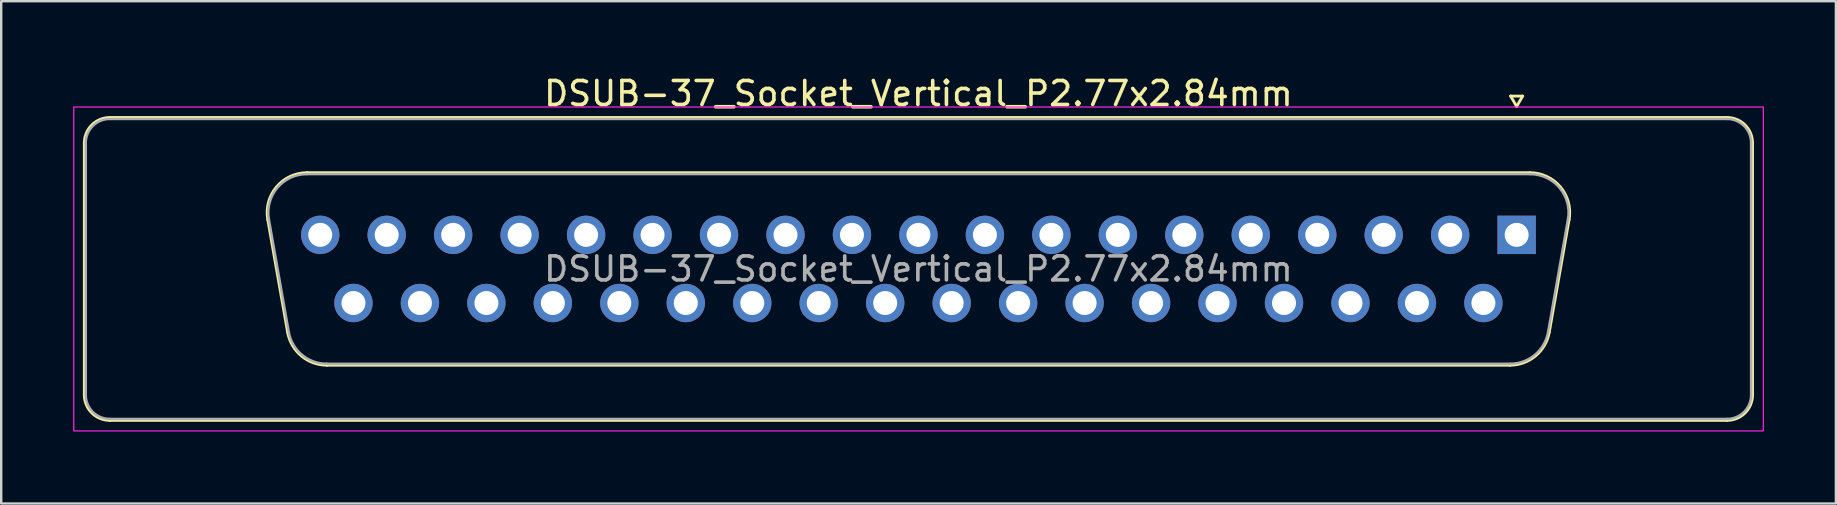
<source format=kicad_pcb>
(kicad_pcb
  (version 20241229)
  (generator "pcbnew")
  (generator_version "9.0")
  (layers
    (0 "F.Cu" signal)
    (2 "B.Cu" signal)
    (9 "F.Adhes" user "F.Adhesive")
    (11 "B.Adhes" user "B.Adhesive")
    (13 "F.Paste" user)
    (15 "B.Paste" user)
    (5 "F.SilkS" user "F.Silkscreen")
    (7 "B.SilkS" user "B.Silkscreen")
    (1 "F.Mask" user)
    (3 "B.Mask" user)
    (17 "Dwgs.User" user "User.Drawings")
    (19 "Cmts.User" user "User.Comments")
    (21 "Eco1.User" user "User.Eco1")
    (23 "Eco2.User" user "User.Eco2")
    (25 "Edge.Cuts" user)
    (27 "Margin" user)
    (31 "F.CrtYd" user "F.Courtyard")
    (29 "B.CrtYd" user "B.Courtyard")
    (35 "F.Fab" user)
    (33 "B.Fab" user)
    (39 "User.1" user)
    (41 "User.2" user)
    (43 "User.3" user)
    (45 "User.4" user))
  (footprint "DSUB-37_Socket_Vertical_P2.77x2.84mm"
    (layer "F.Cu")
    (at 60.155 6.738)
    (property "Reference" "DSUB-37_Socket_Vertical_P2.77x2.84mm" (at -24.93 -5.89 0) (layer "F.SilkS") (effects (font (size 1 1) (thickness 0.15))))
    (attr through_hole)
    (fp_line (start -59.69 6.67) (end -59.69 -3.83) (stroke (width 0.12) (type solid)) (layer "F.SilkS"))
    (fp_line (start -58.63 -4.89) (end 8.77 -4.89) (stroke (width 0.12) (type solid)) (layer "F.SilkS"))
    (fp_line (start -51.218 4.058) (end -52.046 -0.642) (stroke (width 0.12) (type solid)) (layer "F.SilkS"))
    (fp_line (start -50.412 -2.59) (end 0.552 -2.59) (stroke (width 0.12) (type solid)) (layer "F.SilkS"))
    (fp_line (start -0.277 5.43) (end -49.583 5.43) (stroke (width 0.12) (type solid)) (layer "F.SilkS"))
    (fp_line (start -0.25 -5.784) (end 0.25 -5.784) (stroke (width 0.12) (type solid)) (layer "F.SilkS"))
    (fp_line (start 0 -5.351) (end -0.25 -5.784) (stroke (width 0.12) (type solid)) (layer "F.SilkS"))
    (fp_line (start 0.25 -5.784) (end 0 -5.351) (stroke (width 0.12) (type solid)) (layer "F.SilkS"))
    (fp_line (start 2.186 -0.642) (end 1.358 4.058) (stroke (width 0.12) (type solid)) (layer "F.SilkS"))
    (fp_line (start 8.77 7.73) (end -58.63 7.73) (stroke (width 0.12) (type solid)) (layer "F.SilkS"))
    (fp_line (start 9.83 -3.83) (end 9.83 6.67) (stroke (width 0.12) (type solid)) (layer "F.SilkS"))
    (fp_arc (start -59.69 -3.83) (mid -59.379533 -4.579533) (end -58.63 -4.89) (stroke (width 0.12) (type solid)) (layer "F.SilkS"))
    (fp_arc (start -58.63 7.73) (mid -59.379533 7.419533) (end -59.69 6.67) (stroke (width 0.12) (type solid)) (layer "F.SilkS"))
    (fp_arc (start -52.04647 -0.641744) (mid -51.683323 -1.997027) (end -50.411689 -2.59) (stroke (width 0.12) (type solid)) (layer "F.SilkS"))
    (fp_arc (start -49.582952 5.43) (mid -50.64998 5.041634) (end -51.217733 4.058256) (stroke (width 0.12) (type solid)) (layer "F.SilkS"))
    (fp_arc (start 0.551689 -2.59) (mid 1.823323 -1.997027) (end 2.18647 -0.641744) (stroke (width 0.12) (type solid)) (layer "F.SilkS"))
    (fp_arc (start 1.357733 4.058256) (mid 0.78998 5.041634) (end -0.277048 5.43) (stroke (width 0.12) (type solid)) (layer "F.SilkS"))
    (fp_arc (start 8.77 -4.89) (mid 9.519533 -4.579533) (end 9.83 -3.83) (stroke (width 0.12) (type solid)) (layer "F.SilkS"))
    (fp_arc (start 9.83 6.67) (mid 9.519533 7.419533) (end 8.77 7.73) (stroke (width 0.12) (type solid)) (layer "F.SilkS"))
    (fp_rect (start -60.13 -5.33) (end 10.28 8.17) (stroke (width 0.05) (type solid)) (fill no) (layer "F.CrtYd"))
    (fp_line (start -59.63 6.67) (end -59.63 -3.83) (stroke (width 0.1) (type solid)) (layer "F.Fab"))
    (fp_line (start -58.63 -4.83) (end 8.77 -4.83) (stroke (width 0.1) (type solid)) (layer "F.Fab"))
    (fp_line (start -51.17 4.048) (end -51.999 -0.652) (stroke (width 0.1) (type solid)) (layer "F.Fab"))
    (fp_line (start -50.423 -2.53) (end 0.563 -2.53) (stroke (width 0.1) (type solid)) (layer "F.Fab"))
    (fp_line (start -0.266 5.37) (end -49.594 5.37) (stroke (width 0.1) (type solid)) (layer "F.Fab"))
    (fp_line (start 2.139 -0.652) (end 1.31 4.048) (stroke (width 0.1) (type solid)) (layer "F.Fab"))
    (fp_line (start 8.77 7.67) (end -58.63 7.67) (stroke (width 0.1) (type solid)) (layer "F.Fab"))
    (fp_line (start 9.77 -3.83) (end 9.77 6.67) (stroke (width 0.1) (type solid)) (layer "F.Fab"))
    (fp_arc (start -59.63 -3.83) (mid -59.337107 -4.537107) (end -58.63 -4.83) (stroke (width 0.1) (type solid)) (layer "F.Fab"))
    (fp_arc (start -58.63 7.67) (mid -59.337107 7.377107) (end -59.63 6.67) (stroke (width 0.1) (type solid)) (layer "F.Fab"))
    (fp_arc (start -51.998887 -0.652163) (mid -51.648865 -1.95846) (end -50.423194 -2.53) (stroke (width 0.1) (type solid)) (layer "F.Fab"))
    (fp_arc (start -49.594457 5.37) (mid -50.622918 4.995671) (end -51.17015 4.047837) (stroke (width 0.1) (type solid)) (layer "F.Fab"))
    (fp_arc (start 0.563194 -2.53) (mid 1.788865 -1.95846) (end 2.138887 -0.652163) (stroke (width 0.1) (type solid)) (layer "F.Fab"))
    (fp_arc (start 1.31015 4.047837) (mid 0.762918 4.995671) (end -0.265543 5.37) (stroke (width 0.1) (type solid)) (layer "F.Fab"))
    (fp_arc (start 8.77 -4.83) (mid 9.477107 -4.537107) (end 9.77 -3.83) (stroke (width 0.1) (type solid)) (layer "F.Fab"))
    (fp_arc (start 9.77 6.67) (mid 9.477107 7.377107) (end 8.77 7.67) (stroke (width 0.1) (type solid)) (layer "F.Fab"))
    (fp_text user "${REFERENCE}" (at -24.93 1.42 0) (layer "F.Fab") (effects (font (size 1 1) (thickness 0.15))))
    (pad "1" thru_hole rect (at 0 0) (size 1.6 1.6) (drill 1) (layers "*.Cu" "*.Mask"))
    (pad "2" thru_hole circle (at -2.77 0) (size 1.6 1.6) (drill 1) (layers "*.Cu" "*.Mask"))
    (pad "3" thru_hole circle (at -5.54 0) (size 1.6 1.6) (drill 1) (layers "*.Cu" "*.Mask"))
    (pad "4" thru_hole circle (at -8.31 0) (size 1.6 1.6) (drill 1) (layers "*.Cu" "*.Mask"))
    (pad "5" thru_hole circle (at -11.08 0) (size 1.6 1.6) (drill 1) (layers "*.Cu" "*.Mask"))
    (pad "6" thru_hole circle (at -13.85 0) (size 1.6 1.6) (drill 1) (layers "*.Cu" "*.Mask"))
    (pad "7" thru_hole circle (at -16.62 0) (size 1.6 1.6) (drill 1) (layers "*.Cu" "*.Mask"))
    (pad "8" thru_hole circle (at -19.39 0) (size 1.6 1.6) (drill 1) (layers "*.Cu" "*.Mask"))
    (pad "9" thru_hole circle (at -22.16 0) (size 1.6 1.6) (drill 1) (layers "*.Cu" "*.Mask"))
    (pad "10" thru_hole circle (at -24.93 0) (size 1.6 1.6) (drill 1) (layers "*.Cu" "*.Mask"))
    (pad "11" thru_hole circle (at -27.7 0) (size 1.6 1.6) (drill 1) (layers "*.Cu" "*.Mask"))
    (pad "12" thru_hole circle (at -30.47 0) (size 1.6 1.6) (drill 1) (layers "*.Cu" "*.Mask"))
    (pad "13" thru_hole circle (at -33.24 0) (size 1.6 1.6) (drill 1) (layers "*.Cu" "*.Mask"))
    (pad "14" thru_hole circle (at -36.01 0) (size 1.6 1.6) (drill 1) (layers "*.Cu" "*.Mask"))
    (pad "15" thru_hole circle (at -38.78 0) (size 1.6 1.6) (drill 1) (layers "*.Cu" "*.Mask"))
    (pad "16" thru_hole circle (at -41.55 0) (size 1.6 1.6) (drill 1) (layers "*.Cu" "*.Mask"))
    (pad "17" thru_hole circle (at -44.32 0) (size 1.6 1.6) (drill 1) (layers "*.Cu" "*.Mask"))
    (pad "18" thru_hole circle (at -47.09 0) (size 1.6 1.6) (drill 1) (layers "*.Cu" "*.Mask"))
    (pad "19" thru_hole circle (at -49.86 0) (size 1.6 1.6) (drill 1) (layers "*.Cu" "*.Mask"))
    (pad "20" thru_hole circle (at -1.385 2.84) (size 1.6 1.6) (drill 1) (layers "*.Cu" "*.Mask"))
    (pad "21" thru_hole circle (at -4.155 2.84) (size 1.6 1.6) (drill 1) (layers "*.Cu" "*.Mask"))
    (pad "22" thru_hole circle (at -6.925 2.84) (size 1.6 1.6) (drill 1) (layers "*.Cu" "*.Mask"))
    (pad "23" thru_hole circle (at -9.695 2.84) (size 1.6 1.6) (drill 1) (layers "*.Cu" "*.Mask"))
    (pad "24" thru_hole circle (at -12.465 2.84) (size 1.6 1.6) (drill 1) (layers "*.Cu" "*.Mask"))
    (pad "25" thru_hole circle (at -15.235 2.84) (size 1.6 1.6) (drill 1) (layers "*.Cu" "*.Mask"))
    (pad "26" thru_hole circle (at -18.005 2.84) (size 1.6 1.6) (drill 1) (layers "*.Cu" "*.Mask"))
    (pad "27" thru_hole circle (at -20.775 2.84) (size 1.6 1.6) (drill 1) (layers "*.Cu" "*.Mask"))
    (pad "28" thru_hole circle (at -23.545 2.84) (size 1.6 1.6) (drill 1) (layers "*.Cu" "*.Mask"))
    (pad "29" thru_hole circle (at -26.315 2.84) (size 1.6 1.6) (drill 1) (layers "*.Cu" "*.Mask"))
    (pad "30" thru_hole circle (at -29.085 2.84) (size 1.6 1.6) (drill 1) (layers "*.Cu" "*.Mask"))
    (pad "31" thru_hole circle (at -31.855 2.84) (size 1.6 1.6) (drill 1) (layers "*.Cu" "*.Mask"))
    (pad "32" thru_hole circle (at -34.625 2.84) (size 1.6 1.6) (drill 1) (layers "*.Cu" "*.Mask"))
    (pad "33" thru_hole circle (at -37.395 2.84) (size 1.6 1.6) (drill 1) (layers "*.Cu" "*.Mask"))
    (pad "34" thru_hole circle (at -40.165 2.84) (size 1.6 1.6) (drill 1) (layers "*.Cu" "*.Mask"))
    (pad "35" thru_hole circle (at -42.935 2.84) (size 1.6 1.6) (drill 1) (layers "*.Cu" "*.Mask"))
    (pad "36" thru_hole circle (at -45.705 2.84) (size 1.6 1.6) (drill 1) (layers "*.Cu" "*.Mask"))
    (pad "37" thru_hole circle (at -48.475 2.84) (size 1.6 1.6) (drill 1) (layers "*.Cu" "*.Mask")))
  (gr_rect
    (start -3 -3)
    (end 73.46 17.933)
    (stroke (width 0.1) (type default))
    (fill no)
    (layer "Edge.Cuts")))
</source>
